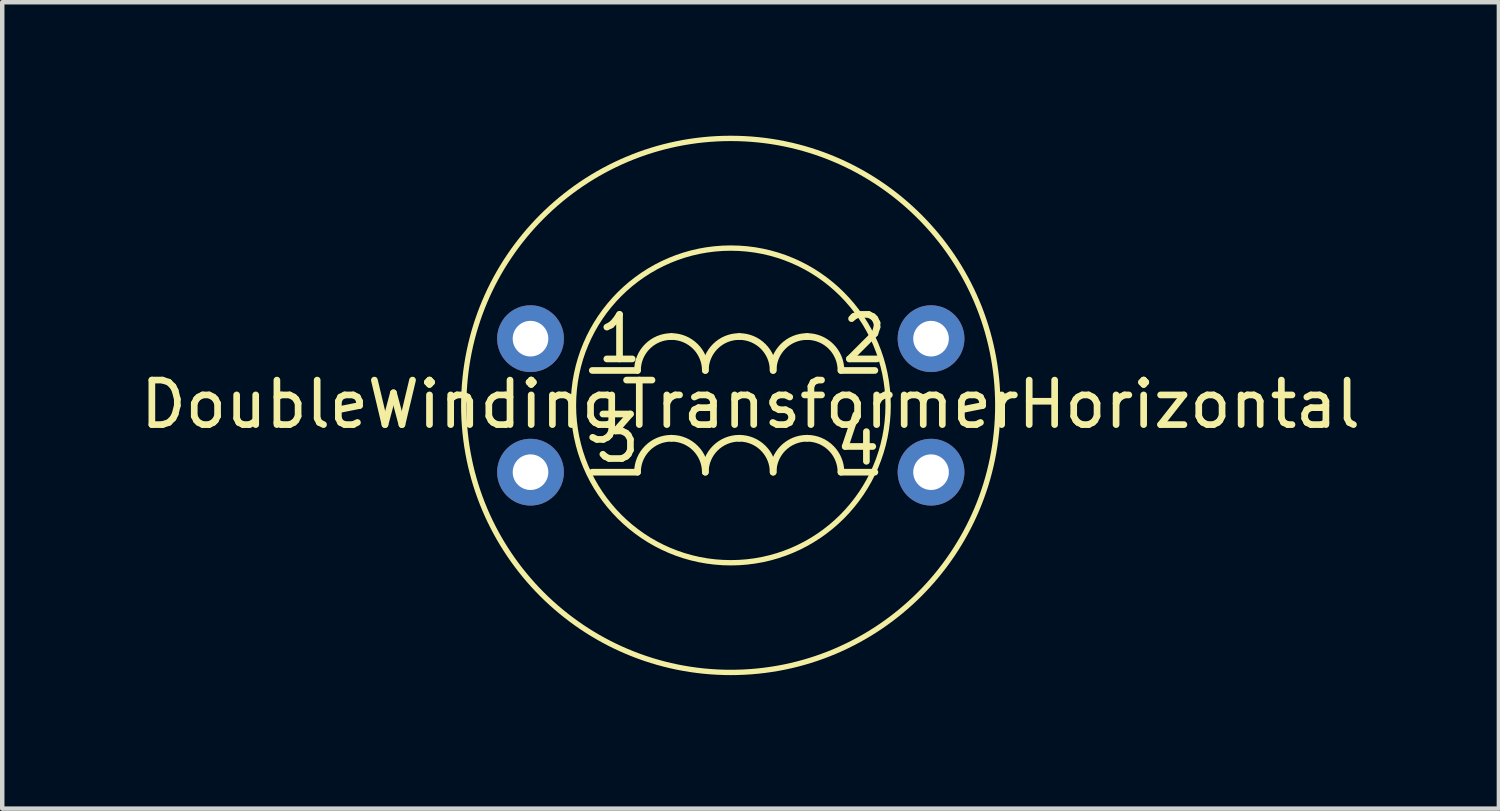
<source format=kicad_pcb>
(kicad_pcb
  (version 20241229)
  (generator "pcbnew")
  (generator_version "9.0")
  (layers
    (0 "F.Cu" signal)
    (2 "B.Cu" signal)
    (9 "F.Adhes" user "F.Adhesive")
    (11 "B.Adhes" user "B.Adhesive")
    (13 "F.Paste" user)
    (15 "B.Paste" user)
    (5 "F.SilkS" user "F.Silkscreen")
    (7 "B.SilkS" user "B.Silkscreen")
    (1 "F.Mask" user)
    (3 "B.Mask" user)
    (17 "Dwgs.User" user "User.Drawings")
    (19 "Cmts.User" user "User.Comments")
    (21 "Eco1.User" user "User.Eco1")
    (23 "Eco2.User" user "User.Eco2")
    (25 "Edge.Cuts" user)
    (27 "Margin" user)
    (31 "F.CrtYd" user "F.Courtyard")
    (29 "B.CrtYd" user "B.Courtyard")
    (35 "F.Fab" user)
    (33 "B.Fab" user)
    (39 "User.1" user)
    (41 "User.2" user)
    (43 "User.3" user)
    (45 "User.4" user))
  (footprint "DoubleWindingTransformerHorizontal"
    (layer "F.Cu")
    (at 13.371 6.06)
    (property "Reference" "DoubleWindingTransformerHorizontal" (at 0.444 -0.024 0) (layer "F.SilkS") (effects (font (size 1 1) (thickness 0.15))))
    (attr through_hole)
    (fp_line (start -2.096 -0.786) (end -3.112 -0.786) (stroke (width 0.15) (type solid)) (layer "F.SilkS"))
    (fp_line (start -2.096 1.5) (end -3.112 1.5) (stroke (width 0.15) (type solid)) (layer "F.SilkS"))
    (fp_line (start 2.476 -0.786) (end 3.238 -0.786) (stroke (width 0.15) (type solid)) (layer "F.SilkS"))
    (fp_line (start 2.476 1.5) (end 3.238 1.5) (stroke (width 0.15) (type solid)) (layer "F.SilkS"))
    (fp_arc (start -2.096 -0.786) (mid -1.872815 -1.324815) (end -1.334 -1.548) (stroke (width 0.15) (type solid)) (layer "F.SilkS"))
    (fp_arc (start -2.096 1.5) (mid -1.872815 0.961185) (end -1.334 0.738) (stroke (width 0.15) (type solid)) (layer "F.SilkS"))
    (fp_arc (start -1.334 -1.548) (mid -0.795185 -1.324815) (end -0.572 -0.786) (stroke (width 0.15) (type solid)) (layer "F.SilkS"))
    (fp_arc (start -1.334 0.738) (mid -0.795185 0.961185) (end -0.572 1.5) (stroke (width 0.15) (type solid)) (layer "F.SilkS"))
    (fp_arc (start -0.572 -0.786) (mid -0.348815 -1.324815) (end 0.19 -1.548) (stroke (width 0.15) (type solid)) (layer "F.SilkS"))
    (fp_arc (start -0.572 1.5) (mid -0.348815 0.961185) (end 0.19 0.738) (stroke (width 0.15) (type solid)) (layer "F.SilkS"))
    (fp_arc (start 0.19 -1.548) (mid 0.728815 -1.324815) (end 0.952 -0.786) (stroke (width 0.15) (type solid)) (layer "F.SilkS"))
    (fp_arc (start 0.19 0.738) (mid 0.728815 0.961185) (end 0.952 1.5) (stroke (width 0.15) (type solid)) (layer "F.SilkS"))
    (fp_arc (start 0.952 -0.786) (mid 1.175185 -1.324815) (end 1.714 -1.548) (stroke (width 0.15) (type solid)) (layer "F.SilkS"))
    (fp_arc (start 0.952 1.5) (mid 1.175185 0.961185) (end 1.714 0.738) (stroke (width 0.15) (type solid)) (layer "F.SilkS"))
    (fp_arc (start 1.714 -1.548) (mid 2.252815 -1.324815) (end 2.476 -0.786) (stroke (width 0.15) (type solid)) (layer "F.SilkS"))
    (fp_arc (start 1.714 0.738) (mid 2.252815 0.961185) (end 2.476 1.5) (stroke (width 0.15) (type solid)) (layer "F.SilkS"))
    (fp_circle (center 0 0) (end 3.5 0.5) (stroke (width 0.12) (type solid)) (fill no) (layer "F.SilkS"))
    (fp_circle (center 0 0) (end 6 0) (stroke (width 0.12) (type solid)) (fill no) (layer "F.SilkS"))
    (fp_text user "3" (at -2.541 0.738 0) (layer "F.SilkS") (effects (font (size 1 1) (thickness 0.15))))
    (fp_text user "2" (at 3 -1.5 0) (layer "F.SilkS") (effects (font (size 1 1) (thickness 0.15))))
    (fp_text user "1" (at -2.5 -1.5 0) (layer "F.SilkS") (effects (font (size 1 1) (thickness 0.15))))
    (fp_text user "4" (at 2.857 0.801 0) (layer "F.SilkS") (effects (font (size 1 1) (thickness 0.15))))
    (pad "1" thru_hole circle (at -4.5 -1.5) (size 1.5 1.5) (drill 0.8) (layers "*.Cu" "*.Mask"))
    (pad "2" thru_hole circle (at 4.5 -1.5) (size 1.5 1.5) (drill 0.8) (layers "*.Cu" "*.Mask"))
    (pad "3" thru_hole circle (at -4.5 1.5) (size 1.5 1.5) (drill 0.8) (layers "*.Cu" "*.Mask"))
    (pad "4" thru_hole circle (at 4.5 1.5) (size 1.5 1.5) (drill 0.8) (layers "*.Cu" "*.Mask")))
  (gr_rect
    (start -3 -3)
    (end 30.631 15.12)
    (stroke (width 0.1) (type default))
    (fill no)
    (layer "Edge.Cuts")))
</source>
